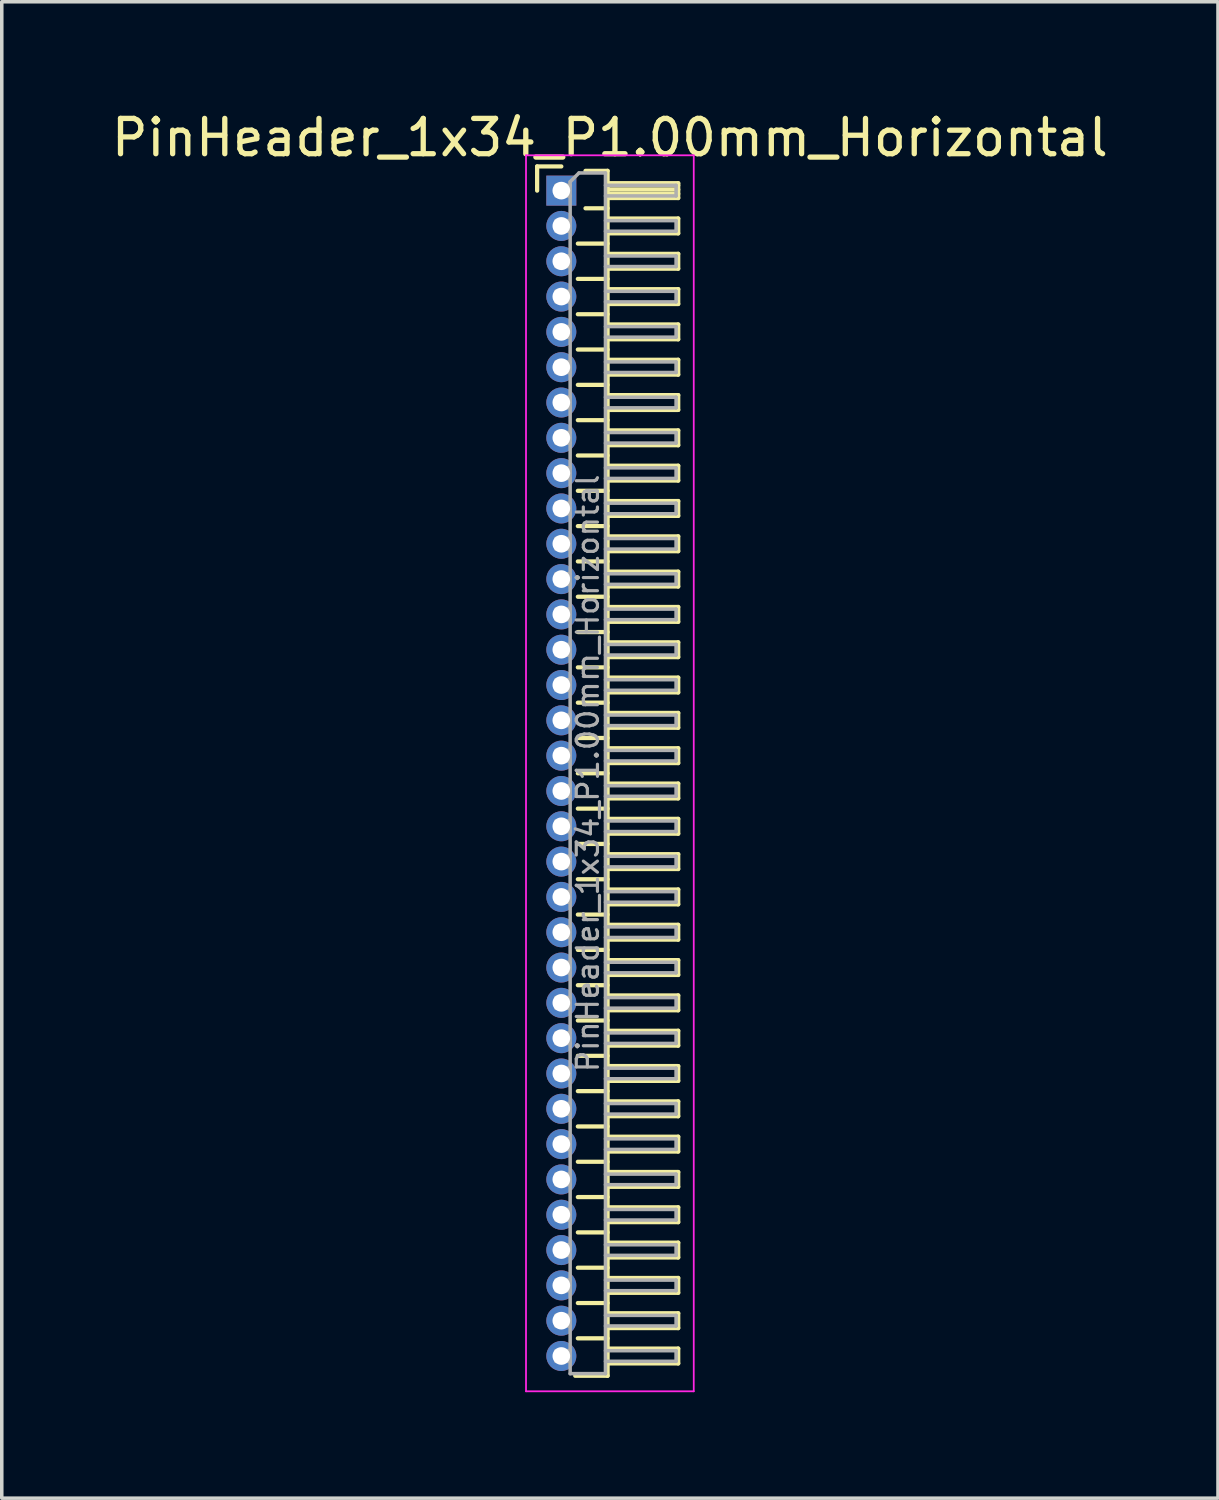
<source format=kicad_pcb>
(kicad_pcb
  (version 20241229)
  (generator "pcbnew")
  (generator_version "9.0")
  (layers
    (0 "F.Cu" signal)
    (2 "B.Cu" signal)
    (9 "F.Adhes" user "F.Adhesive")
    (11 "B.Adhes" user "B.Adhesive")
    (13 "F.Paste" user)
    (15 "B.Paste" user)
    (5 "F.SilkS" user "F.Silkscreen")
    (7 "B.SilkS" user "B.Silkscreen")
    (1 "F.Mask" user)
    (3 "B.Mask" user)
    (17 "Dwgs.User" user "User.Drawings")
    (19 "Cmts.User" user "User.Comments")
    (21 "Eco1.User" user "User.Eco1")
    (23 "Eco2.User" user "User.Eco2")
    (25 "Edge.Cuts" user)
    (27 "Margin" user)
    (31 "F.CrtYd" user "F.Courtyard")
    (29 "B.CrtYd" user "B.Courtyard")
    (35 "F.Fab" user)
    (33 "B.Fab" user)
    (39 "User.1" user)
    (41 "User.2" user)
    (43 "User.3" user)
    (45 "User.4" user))
  (footprint "PinHeader_1x34_P1.00mm_Horizontal"
    (layer "F.Cu")
    (at 12.845 2.348)
    (property "Reference" "PinHeader_1x34_P1.00mm_Horizontal" (at 1.375 -1.5 0) (layer "F.SilkS") (effects (font (size 1 1) (thickness 0.15))))
    (attr through_hole)
    (fp_line (start -0.685 -0.685) (end 0 -0.685) (stroke (width 0.12) (type solid)) (layer "F.SilkS"))
    (fp_line (start -0.685 0) (end -0.685 -0.685) (stroke (width 0.12) (type solid)) (layer "F.SilkS"))
    (fp_line (start 0.468 1.5) (end 1.31 1.5) (stroke (width 0.12) (type solid)) (layer "F.SilkS"))
    (fp_line (start 0.468 2.5) (end 1.31 2.5) (stroke (width 0.12) (type solid)) (layer "F.SilkS"))
    (fp_line (start 0.468 3.5) (end 1.31 3.5) (stroke (width 0.12) (type solid)) (layer "F.SilkS"))
    (fp_line (start 0.468 4.5) (end 1.31 4.5) (stroke (width 0.12) (type solid)) (layer "F.SilkS"))
    (fp_line (start 0.468 5.5) (end 1.31 5.5) (stroke (width 0.12) (type solid)) (layer "F.SilkS"))
    (fp_line (start 0.468 6.5) (end 1.31 6.5) (stroke (width 0.12) (type solid)) (layer "F.SilkS"))
    (fp_line (start 0.468 7.5) (end 1.31 7.5) (stroke (width 0.12) (type solid)) (layer "F.SilkS"))
    (fp_line (start 0.468 8.5) (end 1.31 8.5) (stroke (width 0.12) (type solid)) (layer "F.SilkS"))
    (fp_line (start 0.468 9.5) (end 1.31 9.5) (stroke (width 0.12) (type solid)) (layer "F.SilkS"))
    (fp_line (start 0.468 10.5) (end 1.31 10.5) (stroke (width 0.12) (type solid)) (layer "F.SilkS"))
    (fp_line (start 0.468 11.5) (end 1.31 11.5) (stroke (width 0.12) (type solid)) (layer "F.SilkS"))
    (fp_line (start 0.468 12.5) (end 1.31 12.5) (stroke (width 0.12) (type solid)) (layer "F.SilkS"))
    (fp_line (start 0.468 13.5) (end 1.31 13.5) (stroke (width 0.12) (type solid)) (layer "F.SilkS"))
    (fp_line (start 0.468 14.5) (end 1.31 14.5) (stroke (width 0.12) (type solid)) (layer "F.SilkS"))
    (fp_line (start 0.468 15.5) (end 1.31 15.5) (stroke (width 0.12) (type solid)) (layer "F.SilkS"))
    (fp_line (start 0.468 16.5) (end 1.31 16.5) (stroke (width 0.12) (type solid)) (layer "F.SilkS"))
    (fp_line (start 0.468 17.5) (end 1.31 17.5) (stroke (width 0.12) (type solid)) (layer "F.SilkS"))
    (fp_line (start 0.468 18.5) (end 1.31 18.5) (stroke (width 0.12) (type solid)) (layer "F.SilkS"))
    (fp_line (start 0.468 19.5) (end 1.31 19.5) (stroke (width 0.12) (type solid)) (layer "F.SilkS"))
    (fp_line (start 0.468 20.5) (end 1.31 20.5) (stroke (width 0.12) (type solid)) (layer "F.SilkS"))
    (fp_line (start 0.468 21.5) (end 1.31 21.5) (stroke (width 0.12) (type solid)) (layer "F.SilkS"))
    (fp_line (start 0.468 22.5) (end 1.31 22.5) (stroke (width 0.12) (type solid)) (layer "F.SilkS"))
    (fp_line (start 0.468 23.5) (end 1.31 23.5) (stroke (width 0.12) (type solid)) (layer "F.SilkS"))
    (fp_line (start 0.468 24.5) (end 1.31 24.5) (stroke (width 0.12) (type solid)) (layer "F.SilkS"))
    (fp_line (start 0.468 25.5) (end 1.31 25.5) (stroke (width 0.12) (type solid)) (layer "F.SilkS"))
    (fp_line (start 0.468 26.5) (end 1.31 26.5) (stroke (width 0.12) (type solid)) (layer "F.SilkS"))
    (fp_line (start 0.468 27.5) (end 1.31 27.5) (stroke (width 0.12) (type solid)) (layer "F.SilkS"))
    (fp_line (start 0.468 28.5) (end 1.31 28.5) (stroke (width 0.12) (type solid)) (layer "F.SilkS"))
    (fp_line (start 0.468 29.5) (end 1.31 29.5) (stroke (width 0.12) (type solid)) (layer "F.SilkS"))
    (fp_line (start 0.468 30.5) (end 1.31 30.5) (stroke (width 0.12) (type solid)) (layer "F.SilkS"))
    (fp_line (start 0.468 31.5) (end 1.31 31.5) (stroke (width 0.12) (type solid)) (layer "F.SilkS"))
    (fp_line (start 0.468 32.5) (end 1.31 32.5) (stroke (width 0.12) (type solid)) (layer "F.SilkS"))
    (fp_line (start 0.685 -0.56) (end 1.31 -0.56) (stroke (width 0.12) (type solid)) (layer "F.SilkS"))
    (fp_line (start 0.685 0.5) (end 1.31 0.5) (stroke (width 0.12) (type solid)) (layer "F.SilkS"))
    (fp_line (start 1.31 -0.56) (end 1.31 33.56) (stroke (width 0.12) (type solid)) (layer "F.SilkS"))
    (fp_line (start 1.31 -0.21) (end 3.31 -0.21) (stroke (width 0.12) (type solid)) (layer "F.SilkS"))
    (fp_line (start 1.31 -0.15) (end 3.31 -0.15) (stroke (width 0.12) (type solid)) (layer "F.SilkS"))
    (fp_line (start 1.31 -0.03) (end 3.31 -0.03) (stroke (width 0.12) (type solid)) (layer "F.SilkS"))
    (fp_line (start 1.31 0.09) (end 3.31 0.09) (stroke (width 0.12) (type solid)) (layer "F.SilkS"))
    (fp_line (start 1.31 0.79) (end 3.31 0.79) (stroke (width 0.12) (type solid)) (layer "F.SilkS"))
    (fp_line (start 1.31 1.79) (end 3.31 1.79) (stroke (width 0.12) (type solid)) (layer "F.SilkS"))
    (fp_line (start 1.31 2.79) (end 3.31 2.79) (stroke (width 0.12) (type solid)) (layer "F.SilkS"))
    (fp_line (start 1.31 3.79) (end 3.31 3.79) (stroke (width 0.12) (type solid)) (layer "F.SilkS"))
    (fp_line (start 1.31 4.79) (end 3.31 4.79) (stroke (width 0.12) (type solid)) (layer "F.SilkS"))
    (fp_line (start 1.31 5.79) (end 3.31 5.79) (stroke (width 0.12) (type solid)) (layer "F.SilkS"))
    (fp_line (start 1.31 6.79) (end 3.31 6.79) (stroke (width 0.12) (type solid)) (layer "F.SilkS"))
    (fp_line (start 1.31 7.79) (end 3.31 7.79) (stroke (width 0.12) (type solid)) (layer "F.SilkS"))
    (fp_line (start 1.31 8.79) (end 3.31 8.79) (stroke (width 0.12) (type solid)) (layer "F.SilkS"))
    (fp_line (start 1.31 9.79) (end 3.31 9.79) (stroke (width 0.12) (type solid)) (layer "F.SilkS"))
    (fp_line (start 1.31 10.79) (end 3.31 10.79) (stroke (width 0.12) (type solid)) (layer "F.SilkS"))
    (fp_line (start 1.31 11.79) (end 3.31 11.79) (stroke (width 0.12) (type solid)) (layer "F.SilkS"))
    (fp_line (start 1.31 12.79) (end 3.31 12.79) (stroke (width 0.12) (type solid)) (layer "F.SilkS"))
    (fp_line (start 1.31 13.79) (end 3.31 13.79) (stroke (width 0.12) (type solid)) (layer "F.SilkS"))
    (fp_line (start 1.31 14.79) (end 3.31 14.79) (stroke (width 0.12) (type solid)) (layer "F.SilkS"))
    (fp_line (start 1.31 15.79) (end 3.31 15.79) (stroke (width 0.12) (type solid)) (layer "F.SilkS"))
    (fp_line (start 1.31 16.79) (end 3.31 16.79) (stroke (width 0.12) (type solid)) (layer "F.SilkS"))
    (fp_line (start 1.31 17.79) (end 3.31 17.79) (stroke (width 0.12) (type solid)) (layer "F.SilkS"))
    (fp_line (start 1.31 18.79) (end 3.31 18.79) (stroke (width 0.12) (type solid)) (layer "F.SilkS"))
    (fp_line (start 1.31 19.79) (end 3.31 19.79) (stroke (width 0.12) (type solid)) (layer "F.SilkS"))
    (fp_line (start 1.31 20.79) (end 3.31 20.79) (stroke (width 0.12) (type solid)) (layer "F.SilkS"))
    (fp_line (start 1.31 21.79) (end 3.31 21.79) (stroke (width 0.12) (type solid)) (layer "F.SilkS"))
    (fp_line (start 1.31 22.79) (end 3.31 22.79) (stroke (width 0.12) (type solid)) (layer "F.SilkS"))
    (fp_line (start 1.31 23.79) (end 3.31 23.79) (stroke (width 0.12) (type solid)) (layer "F.SilkS"))
    (fp_line (start 1.31 24.79) (end 3.31 24.79) (stroke (width 0.12) (type solid)) (layer "F.SilkS"))
    (fp_line (start 1.31 25.79) (end 3.31 25.79) (stroke (width 0.12) (type solid)) (layer "F.SilkS"))
    (fp_line (start 1.31 26.79) (end 3.31 26.79) (stroke (width 0.12) (type solid)) (layer "F.SilkS"))
    (fp_line (start 1.31 27.79) (end 3.31 27.79) (stroke (width 0.12) (type solid)) (layer "F.SilkS"))
    (fp_line (start 1.31 28.79) (end 3.31 28.79) (stroke (width 0.12) (type solid)) (layer "F.SilkS"))
    (fp_line (start 1.31 29.79) (end 3.31 29.79) (stroke (width 0.12) (type solid)) (layer "F.SilkS"))
    (fp_line (start 1.31 30.79) (end 3.31 30.79) (stroke (width 0.12) (type solid)) (layer "F.SilkS"))
    (fp_line (start 1.31 31.79) (end 3.31 31.79) (stroke (width 0.12) (type solid)) (layer "F.SilkS"))
    (fp_line (start 1.31 32.79) (end 3.31 32.79) (stroke (width 0.12) (type solid)) (layer "F.SilkS"))
    (fp_line (start 1.31 33.56) (end 0.394 33.56) (stroke (width 0.12) (type solid)) (layer "F.SilkS"))
    (fp_line (start 3.31 -0.21) (end 3.31 0.21) (stroke (width 0.12) (type solid)) (layer "F.SilkS"))
    (fp_line (start 3.31 0.21) (end 1.31 0.21) (stroke (width 0.12) (type solid)) (layer "F.SilkS"))
    (fp_line (start 3.31 0.79) (end 3.31 1.21) (stroke (width 0.12) (type solid)) (layer "F.SilkS"))
    (fp_line (start 3.31 1.21) (end 1.31 1.21) (stroke (width 0.12) (type solid)) (layer "F.SilkS"))
    (fp_line (start 3.31 1.79) (end 3.31 2.21) (stroke (width 0.12) (type solid)) (layer "F.SilkS"))
    (fp_line (start 3.31 2.21) (end 1.31 2.21) (stroke (width 0.12) (type solid)) (layer "F.SilkS"))
    (fp_line (start 3.31 2.79) (end 3.31 3.21) (stroke (width 0.12) (type solid)) (layer "F.SilkS"))
    (fp_line (start 3.31 3.21) (end 1.31 3.21) (stroke (width 0.12) (type solid)) (layer "F.SilkS"))
    (fp_line (start 3.31 3.79) (end 3.31 4.21) (stroke (width 0.12) (type solid)) (layer "F.SilkS"))
    (fp_line (start 3.31 4.21) (end 1.31 4.21) (stroke (width 0.12) (type solid)) (layer "F.SilkS"))
    (fp_line (start 3.31 4.79) (end 3.31 5.21) (stroke (width 0.12) (type solid)) (layer "F.SilkS"))
    (fp_line (start 3.31 5.21) (end 1.31 5.21) (stroke (width 0.12) (type solid)) (layer "F.SilkS"))
    (fp_line (start 3.31 5.79) (end 3.31 6.21) (stroke (width 0.12) (type solid)) (layer "F.SilkS"))
    (fp_line (start 3.31 6.21) (end 1.31 6.21) (stroke (width 0.12) (type solid)) (layer "F.SilkS"))
    (fp_line (start 3.31 6.79) (end 3.31 7.21) (stroke (width 0.12) (type solid)) (layer "F.SilkS"))
    (fp_line (start 3.31 7.21) (end 1.31 7.21) (stroke (width 0.12) (type solid)) (layer "F.SilkS"))
    (fp_line (start 3.31 7.79) (end 3.31 8.21) (stroke (width 0.12) (type solid)) (layer "F.SilkS"))
    (fp_line (start 3.31 8.21) (end 1.31 8.21) (stroke (width 0.12) (type solid)) (layer "F.SilkS"))
    (fp_line (start 3.31 8.79) (end 3.31 9.21) (stroke (width 0.12) (type solid)) (layer "F.SilkS"))
    (fp_line (start 3.31 9.21) (end 1.31 9.21) (stroke (width 0.12) (type solid)) (layer "F.SilkS"))
    (fp_line (start 3.31 9.79) (end 3.31 10.21) (stroke (width 0.12) (type solid)) (layer "F.SilkS"))
    (fp_line (start 3.31 10.21) (end 1.31 10.21) (stroke (width 0.12) (type solid)) (layer "F.SilkS"))
    (fp_line (start 3.31 10.79) (end 3.31 11.21) (stroke (width 0.12) (type solid)) (layer "F.SilkS"))
    (fp_line (start 3.31 11.21) (end 1.31 11.21) (stroke (width 0.12) (type solid)) (layer "F.SilkS"))
    (fp_line (start 3.31 11.79) (end 3.31 12.21) (stroke (width 0.12) (type solid)) (layer "F.SilkS"))
    (fp_line (start 3.31 12.21) (end 1.31 12.21) (stroke (width 0.12) (type solid)) (layer "F.SilkS"))
    (fp_line (start 3.31 12.79) (end 3.31 13.21) (stroke (width 0.12) (type solid)) (layer "F.SilkS"))
    (fp_line (start 3.31 13.21) (end 1.31 13.21) (stroke (width 0.12) (type solid)) (layer "F.SilkS"))
    (fp_line (start 3.31 13.79) (end 3.31 14.21) (stroke (width 0.12) (type solid)) (layer "F.SilkS"))
    (fp_line (start 3.31 14.21) (end 1.31 14.21) (stroke (width 0.12) (type solid)) (layer "F.SilkS"))
    (fp_line (start 3.31 14.79) (end 3.31 15.21) (stroke (width 0.12) (type solid)) (layer "F.SilkS"))
    (fp_line (start 3.31 15.21) (end 1.31 15.21) (stroke (width 0.12) (type solid)) (layer "F.SilkS"))
    (fp_line (start 3.31 15.79) (end 3.31 16.21) (stroke (width 0.12) (type solid)) (layer "F.SilkS"))
    (fp_line (start 3.31 16.21) (end 1.31 16.21) (stroke (width 0.12) (type solid)) (layer "F.SilkS"))
    (fp_line (start 3.31 16.79) (end 3.31 17.21) (stroke (width 0.12) (type solid)) (layer "F.SilkS"))
    (fp_line (start 3.31 17.21) (end 1.31 17.21) (stroke (width 0.12) (type solid)) (layer "F.SilkS"))
    (fp_line (start 3.31 17.79) (end 3.31 18.21) (stroke (width 0.12) (type solid)) (layer "F.SilkS"))
    (fp_line (start 3.31 18.21) (end 1.31 18.21) (stroke (width 0.12) (type solid)) (layer "F.SilkS"))
    (fp_line (start 3.31 18.79) (end 3.31 19.21) (stroke (width 0.12) (type solid)) (layer "F.SilkS"))
    (fp_line (start 3.31 19.21) (end 1.31 19.21) (stroke (width 0.12) (type solid)) (layer "F.SilkS"))
    (fp_line (start 3.31 19.79) (end 3.31 20.21) (stroke (width 0.12) (type solid)) (layer "F.SilkS"))
    (fp_line (start 3.31 20.21) (end 1.31 20.21) (stroke (width 0.12) (type solid)) (layer "F.SilkS"))
    (fp_line (start 3.31 20.79) (end 3.31 21.21) (stroke (width 0.12) (type solid)) (layer "F.SilkS"))
    (fp_line (start 3.31 21.21) (end 1.31 21.21) (stroke (width 0.12) (type solid)) (layer "F.SilkS"))
    (fp_line (start 3.31 21.79) (end 3.31 22.21) (stroke (width 0.12) (type solid)) (layer "F.SilkS"))
    (fp_line (start 3.31 22.21) (end 1.31 22.21) (stroke (width 0.12) (type solid)) (layer "F.SilkS"))
    (fp_line (start 3.31 22.79) (end 3.31 23.21) (stroke (width 0.12) (type solid)) (layer "F.SilkS"))
    (fp_line (start 3.31 23.21) (end 1.31 23.21) (stroke (width 0.12) (type solid)) (layer "F.SilkS"))
    (fp_line (start 3.31 23.79) (end 3.31 24.21) (stroke (width 0.12) (type solid)) (layer "F.SilkS"))
    (fp_line (start 3.31 24.21) (end 1.31 24.21) (stroke (width 0.12) (type solid)) (layer "F.SilkS"))
    (fp_line (start 3.31 24.79) (end 3.31 25.21) (stroke (width 0.12) (type solid)) (layer "F.SilkS"))
    (fp_line (start 3.31 25.21) (end 1.31 25.21) (stroke (width 0.12) (type solid)) (layer "F.SilkS"))
    (fp_line (start 3.31 25.79) (end 3.31 26.21) (stroke (width 0.12) (type solid)) (layer "F.SilkS"))
    (fp_line (start 3.31 26.21) (end 1.31 26.21) (stroke (width 0.12) (type solid)) (layer "F.SilkS"))
    (fp_line (start 3.31 26.79) (end 3.31 27.21) (stroke (width 0.12) (type solid)) (layer "F.SilkS"))
    (fp_line (start 3.31 27.21) (end 1.31 27.21) (stroke (width 0.12) (type solid)) (layer "F.SilkS"))
    (fp_line (start 3.31 27.79) (end 3.31 28.21) (stroke (width 0.12) (type solid)) (layer "F.SilkS"))
    (fp_line (start 3.31 28.21) (end 1.31 28.21) (stroke (width 0.12) (type solid)) (layer "F.SilkS"))
    (fp_line (start 3.31 28.79) (end 3.31 29.21) (stroke (width 0.12) (type solid)) (layer "F.SilkS"))
    (fp_line (start 3.31 29.21) (end 1.31 29.21) (stroke (width 0.12) (type solid)) (layer "F.SilkS"))
    (fp_line (start 3.31 29.79) (end 3.31 30.21) (stroke (width 0.12) (type solid)) (layer "F.SilkS"))
    (fp_line (start 3.31 30.21) (end 1.31 30.21) (stroke (width 0.12) (type solid)) (layer "F.SilkS"))
    (fp_line (start 3.31 30.79) (end 3.31 31.21) (stroke (width 0.12) (type solid)) (layer "F.SilkS"))
    (fp_line (start 3.31 31.21) (end 1.31 31.21) (stroke (width 0.12) (type solid)) (layer "F.SilkS"))
    (fp_line (start 3.31 31.79) (end 3.31 32.21) (stroke (width 0.12) (type solid)) (layer "F.SilkS"))
    (fp_line (start 3.31 32.21) (end 1.31 32.21) (stroke (width 0.12) (type solid)) (layer "F.SilkS"))
    (fp_line (start 3.31 32.79) (end 3.31 33.21) (stroke (width 0.12) (type solid)) (layer "F.SilkS"))
    (fp_line (start 3.31 33.21) (end 1.31 33.21) (stroke (width 0.12) (type solid)) (layer "F.SilkS"))
    (fp_line (start -1 -1) (end -1 34) (stroke (width 0.05) (type solid)) (layer "F.CrtYd"))
    (fp_line (start -1 34) (end 3.75 34) (stroke (width 0.05) (type solid)) (layer "F.CrtYd"))
    (fp_line (start 3.75 -1) (end -1 -1) (stroke (width 0.05) (type solid)) (layer "F.CrtYd"))
    (fp_line (start 3.75 34) (end 3.75 -1) (stroke (width 0.05) (type solid)) (layer "F.CrtYd"))
    (fp_line (start -0.15 -0.15) (end -0.15 0.15) (stroke (width 0.1) (type solid)) (layer "F.Fab"))
    (fp_line (start -0.15 -0.15) (end 0.25 -0.15) (stroke (width 0.1) (type solid)) (layer "F.Fab"))
    (fp_line (start -0.15 0.15) (end 0.25 0.15) (stroke (width 0.1) (type solid)) (layer "F.Fab"))
    (fp_line (start -0.15 0.85) (end -0.15 1.15) (stroke (width 0.1) (type solid)) (layer "F.Fab"))
    (fp_line (start -0.15 0.85) (end 0.25 0.85) (stroke (width 0.1) (type solid)) (layer "F.Fab"))
    (fp_line (start -0.15 1.15) (end 0.25 1.15) (stroke (width 0.1) (type solid)) (layer "F.Fab"))
    (fp_line (start -0.15 1.85) (end -0.15 2.15) (stroke (width 0.1) (type solid)) (layer "F.Fab"))
    (fp_line (start -0.15 1.85) (end 0.25 1.85) (stroke (width 0.1) (type solid)) (layer "F.Fab"))
    (fp_line (start -0.15 2.15) (end 0.25 2.15) (stroke (width 0.1) (type solid)) (layer "F.Fab"))
    (fp_line (start -0.15 2.85) (end -0.15 3.15) (stroke (width 0.1) (type solid)) (layer "F.Fab"))
    (fp_line (start -0.15 2.85) (end 0.25 2.85) (stroke (width 0.1) (type solid)) (layer "F.Fab"))
    (fp_line (start -0.15 3.15) (end 0.25 3.15) (stroke (width 0.1) (type solid)) (layer "F.Fab"))
    (fp_line (start -0.15 3.85) (end -0.15 4.15) (stroke (width 0.1) (type solid)) (layer "F.Fab"))
    (fp_line (start -0.15 3.85) (end 0.25 3.85) (stroke (width 0.1) (type solid)) (layer "F.Fab"))
    (fp_line (start -0.15 4.15) (end 0.25 4.15) (stroke (width 0.1) (type solid)) (layer "F.Fab"))
    (fp_line (start -0.15 4.85) (end -0.15 5.15) (stroke (width 0.1) (type solid)) (layer "F.Fab"))
    (fp_line (start -0.15 4.85) (end 0.25 4.85) (stroke (width 0.1) (type solid)) (layer "F.Fab"))
    (fp_line (start -0.15 5.15) (end 0.25 5.15) (stroke (width 0.1) (type solid)) (layer "F.Fab"))
    (fp_line (start -0.15 5.85) (end -0.15 6.15) (stroke (width 0.1) (type solid)) (layer "F.Fab"))
    (fp_line (start -0.15 5.85) (end 0.25 5.85) (stroke (width 0.1) (type solid)) (layer "F.Fab"))
    (fp_line (start -0.15 6.15) (end 0.25 6.15) (stroke (width 0.1) (type solid)) (layer "F.Fab"))
    (fp_line (start -0.15 6.85) (end -0.15 7.15) (stroke (width 0.1) (type solid)) (layer "F.Fab"))
    (fp_line (start -0.15 6.85) (end 0.25 6.85) (stroke (width 0.1) (type solid)) (layer "F.Fab"))
    (fp_line (start -0.15 7.15) (end 0.25 7.15) (stroke (width 0.1) (type solid)) (layer "F.Fab"))
    (fp_line (start -0.15 7.85) (end -0.15 8.15) (stroke (width 0.1) (type solid)) (layer "F.Fab"))
    (fp_line (start -0.15 7.85) (end 0.25 7.85) (stroke (width 0.1) (type solid)) (layer "F.Fab"))
    (fp_line (start -0.15 8.15) (end 0.25 8.15) (stroke (width 0.1) (type solid)) (layer "F.Fab"))
    (fp_line (start -0.15 8.85) (end -0.15 9.15) (stroke (width 0.1) (type solid)) (layer "F.Fab"))
    (fp_line (start -0.15 8.85) (end 0.25 8.85) (stroke (width 0.1) (type solid)) (layer "F.Fab"))
    (fp_line (start -0.15 9.15) (end 0.25 9.15) (stroke (width 0.1) (type solid)) (layer "F.Fab"))
    (fp_line (start -0.15 9.85) (end -0.15 10.15) (stroke (width 0.1) (type solid)) (layer "F.Fab"))
    (fp_line (start -0.15 9.85) (end 0.25 9.85) (stroke (width 0.1) (type solid)) (layer "F.Fab"))
    (fp_line (start -0.15 10.15) (end 0.25 10.15) (stroke (width 0.1) (type solid)) (layer "F.Fab"))
    (fp_line (start -0.15 10.85) (end -0.15 11.15) (stroke (width 0.1) (type solid)) (layer "F.Fab"))
    (fp_line (start -0.15 10.85) (end 0.25 10.85) (stroke (width 0.1) (type solid)) (layer "F.Fab"))
    (fp_line (start -0.15 11.15) (end 0.25 11.15) (stroke (width 0.1) (type solid)) (layer "F.Fab"))
    (fp_line (start -0.15 11.85) (end -0.15 12.15) (stroke (width 0.1) (type solid)) (layer "F.Fab"))
    (fp_line (start -0.15 11.85) (end 0.25 11.85) (stroke (width 0.1) (type solid)) (layer "F.Fab"))
    (fp_line (start -0.15 12.15) (end 0.25 12.15) (stroke (width 0.1) (type solid)) (layer "F.Fab"))
    (fp_line (start -0.15 12.85) (end -0.15 13.15) (stroke (width 0.1) (type solid)) (layer "F.Fab"))
    (fp_line (start -0.15 12.85) (end 0.25 12.85) (stroke (width 0.1) (type solid)) (layer "F.Fab"))
    (fp_line (start -0.15 13.15) (end 0.25 13.15) (stroke (width 0.1) (type solid)) (layer "F.Fab"))
    (fp_line (start -0.15 13.85) (end -0.15 14.15) (stroke (width 0.1) (type solid)) (layer "F.Fab"))
    (fp_line (start -0.15 13.85) (end 0.25 13.85) (stroke (width 0.1) (type solid)) (layer "F.Fab"))
    (fp_line (start -0.15 14.15) (end 0.25 14.15) (stroke (width 0.1) (type solid)) (layer "F.Fab"))
    (fp_line (start -0.15 14.85) (end -0.15 15.15) (stroke (width 0.1) (type solid)) (layer "F.Fab"))
    (fp_line (start -0.15 14.85) (end 0.25 14.85) (stroke (width 0.1) (type solid)) (layer "F.Fab"))
    (fp_line (start -0.15 15.15) (end 0.25 15.15) (stroke (width 0.1) (type solid)) (layer "F.Fab"))
    (fp_line (start -0.15 15.85) (end -0.15 16.15) (stroke (width 0.1) (type solid)) (layer "F.Fab"))
    (fp_line (start -0.15 15.85) (end 0.25 15.85) (stroke (width 0.1) (type solid)) (layer "F.Fab"))
    (fp_line (start -0.15 16.15) (end 0.25 16.15) (stroke (width 0.1) (type solid)) (layer "F.Fab"))
    (fp_line (start -0.15 16.85) (end -0.15 17.15) (stroke (width 0.1) (type solid)) (layer "F.Fab"))
    (fp_line (start -0.15 16.85) (end 0.25 16.85) (stroke (width 0.1) (type solid)) (layer "F.Fab"))
    (fp_line (start -0.15 17.15) (end 0.25 17.15) (stroke (width 0.1) (type solid)) (layer "F.Fab"))
    (fp_line (start -0.15 17.85) (end -0.15 18.15) (stroke (width 0.1) (type solid)) (layer "F.Fab"))
    (fp_line (start -0.15 17.85) (end 0.25 17.85) (stroke (width 0.1) (type solid)) (layer "F.Fab"))
    (fp_line (start -0.15 18.15) (end 0.25 18.15) (stroke (width 0.1) (type solid)) (layer "F.Fab"))
    (fp_line (start -0.15 18.85) (end -0.15 19.15) (stroke (width 0.1) (type solid)) (layer "F.Fab"))
    (fp_line (start -0.15 18.85) (end 0.25 18.85) (stroke (width 0.1) (type solid)) (layer "F.Fab"))
    (fp_line (start -0.15 19.15) (end 0.25 19.15) (stroke (width 0.1) (type solid)) (layer "F.Fab"))
    (fp_line (start -0.15 19.85) (end -0.15 20.15) (stroke (width 0.1) (type solid)) (layer "F.Fab"))
    (fp_line (start -0.15 19.85) (end 0.25 19.85) (stroke (width 0.1) (type solid)) (layer "F.Fab"))
    (fp_line (start -0.15 20.15) (end 0.25 20.15) (stroke (width 0.1) (type solid)) (layer "F.Fab"))
    (fp_line (start -0.15 20.85) (end -0.15 21.15) (stroke (width 0.1) (type solid)) (layer "F.Fab"))
    (fp_line (start -0.15 20.85) (end 0.25 20.85) (stroke (width 0.1) (type solid)) (layer "F.Fab"))
    (fp_line (start -0.15 21.15) (end 0.25 21.15) (stroke (width 0.1) (type solid)) (layer "F.Fab"))
    (fp_line (start -0.15 21.85) (end -0.15 22.15) (stroke (width 0.1) (type solid)) (layer "F.Fab"))
    (fp_line (start -0.15 21.85) (end 0.25 21.85) (stroke (width 0.1) (type solid)) (layer "F.Fab"))
    (fp_line (start -0.15 22.15) (end 0.25 22.15) (stroke (width 0.1) (type solid)) (layer "F.Fab"))
    (fp_line (start -0.15 22.85) (end -0.15 23.15) (stroke (width 0.1) (type solid)) (layer "F.Fab"))
    (fp_line (start -0.15 22.85) (end 0.25 22.85) (stroke (width 0.1) (type solid)) (layer "F.Fab"))
    (fp_line (start -0.15 23.15) (end 0.25 23.15) (stroke (width 0.1) (type solid)) (layer "F.Fab"))
    (fp_line (start -0.15 23.85) (end -0.15 24.15) (stroke (width 0.1) (type solid)) (layer "F.Fab"))
    (fp_line (start -0.15 23.85) (end 0.25 23.85) (stroke (width 0.1) (type solid)) (layer "F.Fab"))
    (fp_line (start -0.15 24.15) (end 0.25 24.15) (stroke (width 0.1) (type solid)) (layer "F.Fab"))
    (fp_line (start -0.15 24.85) (end -0.15 25.15) (stroke (width 0.1) (type solid)) (layer "F.Fab"))
    (fp_line (start -0.15 24.85) (end 0.25 24.85) (stroke (width 0.1) (type solid)) (layer "F.Fab"))
    (fp_line (start -0.15 25.15) (end 0.25 25.15) (stroke (width 0.1) (type solid)) (layer "F.Fab"))
    (fp_line (start -0.15 25.85) (end -0.15 26.15) (stroke (width 0.1) (type solid)) (layer "F.Fab"))
    (fp_line (start -0.15 25.85) (end 0.25 25.85) (stroke (width 0.1) (type solid)) (layer "F.Fab"))
    (fp_line (start -0.15 26.15) (end 0.25 26.15) (stroke (width 0.1) (type solid)) (layer "F.Fab"))
    (fp_line (start -0.15 26.85) (end -0.15 27.15) (stroke (width 0.1) (type solid)) (layer "F.Fab"))
    (fp_line (start -0.15 26.85) (end 0.25 26.85) (stroke (width 0.1) (type solid)) (layer "F.Fab"))
    (fp_line (start -0.15 27.15) (end 0.25 27.15) (stroke (width 0.1) (type solid)) (layer "F.Fab"))
    (fp_line (start -0.15 27.85) (end -0.15 28.15) (stroke (width 0.1) (type solid)) (layer "F.Fab"))
    (fp_line (start -0.15 27.85) (end 0.25 27.85) (stroke (width 0.1) (type solid)) (layer "F.Fab"))
    (fp_line (start -0.15 28.15) (end 0.25 28.15) (stroke (width 0.1) (type solid)) (layer "F.Fab"))
    (fp_line (start -0.15 28.85) (end -0.15 29.15) (stroke (width 0.1) (type solid)) (layer "F.Fab"))
    (fp_line (start -0.15 28.85) (end 0.25 28.85) (stroke (width 0.1) (type solid)) (layer "F.Fab"))
    (fp_line (start -0.15 29.15) (end 0.25 29.15) (stroke (width 0.1) (type solid)) (layer "F.Fab"))
    (fp_line (start -0.15 29.85) (end -0.15 30.15) (stroke (width 0.1) (type solid)) (layer "F.Fab"))
    (fp_line (start -0.15 29.85) (end 0.25 29.85) (stroke (width 0.1) (type solid)) (layer "F.Fab"))
    (fp_line (start -0.15 30.15) (end 0.25 30.15) (stroke (width 0.1) (type solid)) (layer "F.Fab"))
    (fp_line (start -0.15 30.85) (end -0.15 31.15) (stroke (width 0.1) (type solid)) (layer "F.Fab"))
    (fp_line (start -0.15 30.85) (end 0.25 30.85) (stroke (width 0.1) (type solid)) (layer "F.Fab"))
    (fp_line (start -0.15 31.15) (end 0.25 31.15) (stroke (width 0.1) (type solid)) (layer "F.Fab"))
    (fp_line (start -0.15 31.85) (end -0.15 32.15) (stroke (width 0.1) (type solid)) (layer "F.Fab"))
    (fp_line (start -0.15 31.85) (end 0.25 31.85) (stroke (width 0.1) (type solid)) (layer "F.Fab"))
    (fp_line (start -0.15 32.15) (end 0.25 32.15) (stroke (width 0.1) (type solid)) (layer "F.Fab"))
    (fp_line (start -0.15 32.85) (end -0.15 33.15) (stroke (width 0.1) (type solid)) (layer "F.Fab"))
    (fp_line (start -0.15 32.85) (end 0.25 32.85) (stroke (width 0.1) (type solid)) (layer "F.Fab"))
    (fp_line (start -0.15 33.15) (end 0.25 33.15) (stroke (width 0.1) (type solid)) (layer "F.Fab"))
    (fp_line (start 0.25 -0.25) (end 0.5 -0.5) (stroke (width 0.1) (type solid)) (layer "F.Fab"))
    (fp_line (start 0.25 33.5) (end 0.25 -0.25) (stroke (width 0.1) (type solid)) (layer "F.Fab"))
    (fp_line (start 0.5 -0.5) (end 1.25 -0.5) (stroke (width 0.1) (type solid)) (layer "F.Fab"))
    (fp_line (start 1.25 -0.5) (end 1.25 33.5) (stroke (width 0.1) (type solid)) (layer "F.Fab"))
    (fp_line (start 1.25 -0.15) (end 3.25 -0.15) (stroke (width 0.1) (type solid)) (layer "F.Fab"))
    (fp_line (start 1.25 0.15) (end 3.25 0.15) (stroke (width 0.1) (type solid)) (layer "F.Fab"))
    (fp_line (start 1.25 0.85) (end 3.25 0.85) (stroke (width 0.1) (type solid)) (layer "F.Fab"))
    (fp_line (start 1.25 1.15) (end 3.25 1.15) (stroke (width 0.1) (type solid)) (layer "F.Fab"))
    (fp_line (start 1.25 1.85) (end 3.25 1.85) (stroke (width 0.1) (type solid)) (layer "F.Fab"))
    (fp_line (start 1.25 2.15) (end 3.25 2.15) (stroke (width 0.1) (type solid)) (layer "F.Fab"))
    (fp_line (start 1.25 2.85) (end 3.25 2.85) (stroke (width 0.1) (type solid)) (layer "F.Fab"))
    (fp_line (start 1.25 3.15) (end 3.25 3.15) (stroke (width 0.1) (type solid)) (layer "F.Fab"))
    (fp_line (start 1.25 3.85) (end 3.25 3.85) (stroke (width 0.1) (type solid)) (layer "F.Fab"))
    (fp_line (start 1.25 4.15) (end 3.25 4.15) (stroke (width 0.1) (type solid)) (layer "F.Fab"))
    (fp_line (start 1.25 4.85) (end 3.25 4.85) (stroke (width 0.1) (type solid)) (layer "F.Fab"))
    (fp_line (start 1.25 5.15) (end 3.25 5.15) (stroke (width 0.1) (type solid)) (layer "F.Fab"))
    (fp_line (start 1.25 5.85) (end 3.25 5.85) (stroke (width 0.1) (type solid)) (layer "F.Fab"))
    (fp_line (start 1.25 6.15) (end 3.25 6.15) (stroke (width 0.1) (type solid)) (layer "F.Fab"))
    (fp_line (start 1.25 6.85) (end 3.25 6.85) (stroke (width 0.1) (type solid)) (layer "F.Fab"))
    (fp_line (start 1.25 7.15) (end 3.25 7.15) (stroke (width 0.1) (type solid)) (layer "F.Fab"))
    (fp_line (start 1.25 7.85) (end 3.25 7.85) (stroke (width 0.1) (type solid)) (layer "F.Fab"))
    (fp_line (start 1.25 8.15) (end 3.25 8.15) (stroke (width 0.1) (type solid)) (layer "F.Fab"))
    (fp_line (start 1.25 8.85) (end 3.25 8.85) (stroke (width 0.1) (type solid)) (layer "F.Fab"))
    (fp_line (start 1.25 9.15) (end 3.25 9.15) (stroke (width 0.1) (type solid)) (layer "F.Fab"))
    (fp_line (start 1.25 9.85) (end 3.25 9.85) (stroke (width 0.1) (type solid)) (layer "F.Fab"))
    (fp_line (start 1.25 10.15) (end 3.25 10.15) (stroke (width 0.1) (type solid)) (layer "F.Fab"))
    (fp_line (start 1.25 10.85) (end 3.25 10.85) (stroke (width 0.1) (type solid)) (layer "F.Fab"))
    (fp_line (start 1.25 11.15) (end 3.25 11.15) (stroke (width 0.1) (type solid)) (layer "F.Fab"))
    (fp_line (start 1.25 11.85) (end 3.25 11.85) (stroke (width 0.1) (type solid)) (layer "F.Fab"))
    (fp_line (start 1.25 12.15) (end 3.25 12.15) (stroke (width 0.1) (type solid)) (layer "F.Fab"))
    (fp_line (start 1.25 12.85) (end 3.25 12.85) (stroke (width 0.1) (type solid)) (layer "F.Fab"))
    (fp_line (start 1.25 13.15) (end 3.25 13.15) (stroke (width 0.1) (type solid)) (layer "F.Fab"))
    (fp_line (start 1.25 13.85) (end 3.25 13.85) (stroke (width 0.1) (type solid)) (layer "F.Fab"))
    (fp_line (start 1.25 14.15) (end 3.25 14.15) (stroke (width 0.1) (type solid)) (layer "F.Fab"))
    (fp_line (start 1.25 14.85) (end 3.25 14.85) (stroke (width 0.1) (type solid)) (layer "F.Fab"))
    (fp_line (start 1.25 15.15) (end 3.25 15.15) (stroke (width 0.1) (type solid)) (layer "F.Fab"))
    (fp_line (start 1.25 15.85) (end 3.25 15.85) (stroke (width 0.1) (type solid)) (layer "F.Fab"))
    (fp_line (start 1.25 16.15) (end 3.25 16.15) (stroke (width 0.1) (type solid)) (layer "F.Fab"))
    (fp_line (start 1.25 16.85) (end 3.25 16.85) (stroke (width 0.1) (type solid)) (layer "F.Fab"))
    (fp_line (start 1.25 17.15) (end 3.25 17.15) (stroke (width 0.1) (type solid)) (layer "F.Fab"))
    (fp_line (start 1.25 17.85) (end 3.25 17.85) (stroke (width 0.1) (type solid)) (layer "F.Fab"))
    (fp_line (start 1.25 18.15) (end 3.25 18.15) (stroke (width 0.1) (type solid)) (layer "F.Fab"))
    (fp_line (start 1.25 18.85) (end 3.25 18.85) (stroke (width 0.1) (type solid)) (layer "F.Fab"))
    (fp_line (start 1.25 19.15) (end 3.25 19.15) (stroke (width 0.1) (type solid)) (layer "F.Fab"))
    (fp_line (start 1.25 19.85) (end 3.25 19.85) (stroke (width 0.1) (type solid)) (layer "F.Fab"))
    (fp_line (start 1.25 20.15) (end 3.25 20.15) (stroke (width 0.1) (type solid)) (layer "F.Fab"))
    (fp_line (start 1.25 20.85) (end 3.25 20.85) (stroke (width 0.1) (type solid)) (layer "F.Fab"))
    (fp_line (start 1.25 21.15) (end 3.25 21.15) (stroke (width 0.1) (type solid)) (layer "F.Fab"))
    (fp_line (start 1.25 21.85) (end 3.25 21.85) (stroke (width 0.1) (type solid)) (layer "F.Fab"))
    (fp_line (start 1.25 22.15) (end 3.25 22.15) (stroke (width 0.1) (type solid)) (layer "F.Fab"))
    (fp_line (start 1.25 22.85) (end 3.25 22.85) (stroke (width 0.1) (type solid)) (layer "F.Fab"))
    (fp_line (start 1.25 23.15) (end 3.25 23.15) (stroke (width 0.1) (type solid)) (layer "F.Fab"))
    (fp_line (start 1.25 23.85) (end 3.25 23.85) (stroke (width 0.1) (type solid)) (layer "F.Fab"))
    (fp_line (start 1.25 24.15) (end 3.25 24.15) (stroke (width 0.1) (type solid)) (layer "F.Fab"))
    (fp_line (start 1.25 24.85) (end 3.25 24.85) (stroke (width 0.1) (type solid)) (layer "F.Fab"))
    (fp_line (start 1.25 25.15) (end 3.25 25.15) (stroke (width 0.1) (type solid)) (layer "F.Fab"))
    (fp_line (start 1.25 25.85) (end 3.25 25.85) (stroke (width 0.1) (type solid)) (layer "F.Fab"))
    (fp_line (start 1.25 26.15) (end 3.25 26.15) (stroke (width 0.1) (type solid)) (layer "F.Fab"))
    (fp_line (start 1.25 26.85) (end 3.25 26.85) (stroke (width 0.1) (type solid)) (layer "F.Fab"))
    (fp_line (start 1.25 27.15) (end 3.25 27.15) (stroke (width 0.1) (type solid)) (layer "F.Fab"))
    (fp_line (start 1.25 27.85) (end 3.25 27.85) (stroke (width 0.1) (type solid)) (layer "F.Fab"))
    (fp_line (start 1.25 28.15) (end 3.25 28.15) (stroke (width 0.1) (type solid)) (layer "F.Fab"))
    (fp_line (start 1.25 28.85) (end 3.25 28.85) (stroke (width 0.1) (type solid)) (layer "F.Fab"))
    (fp_line (start 1.25 29.15) (end 3.25 29.15) (stroke (width 0.1) (type solid)) (layer "F.Fab"))
    (fp_line (start 1.25 29.85) (end 3.25 29.85) (stroke (width 0.1) (type solid)) (layer "F.Fab"))
    (fp_line (start 1.25 30.15) (end 3.25 30.15) (stroke (width 0.1) (type solid)) (layer "F.Fab"))
    (fp_line (start 1.25 30.85) (end 3.25 30.85) (stroke (width 0.1) (type solid)) (layer "F.Fab"))
    (fp_line (start 1.25 31.15) (end 3.25 31.15) (stroke (width 0.1) (type solid)) (layer "F.Fab"))
    (fp_line (start 1.25 31.85) (end 3.25 31.85) (stroke (width 0.1) (type solid)) (layer "F.Fab"))
    (fp_line (start 1.25 32.15) (end 3.25 32.15) (stroke (width 0.1) (type solid)) (layer "F.Fab"))
    (fp_line (start 1.25 32.85) (end 3.25 32.85) (stroke (width 0.1) (type solid)) (layer "F.Fab"))
    (fp_line (start 1.25 33.15) (end 3.25 33.15) (stroke (width 0.1) (type solid)) (layer "F.Fab"))
    (fp_line (start 1.25 33.5) (end 0.25 33.5) (stroke (width 0.1) (type solid)) (layer "F.Fab"))
    (fp_line (start 3.25 -0.15) (end 3.25 0.15) (stroke (width 0.1) (type solid)) (layer "F.Fab"))
    (fp_line (start 3.25 0.85) (end 3.25 1.15) (stroke (width 0.1) (type solid)) (layer "F.Fab"))
    (fp_line (start 3.25 1.85) (end 3.25 2.15) (stroke (width 0.1) (type solid)) (layer "F.Fab"))
    (fp_line (start 3.25 2.85) (end 3.25 3.15) (stroke (width 0.1) (type solid)) (layer "F.Fab"))
    (fp_line (start 3.25 3.85) (end 3.25 4.15) (stroke (width 0.1) (type solid)) (layer "F.Fab"))
    (fp_line (start 3.25 4.85) (end 3.25 5.15) (stroke (width 0.1) (type solid)) (layer "F.Fab"))
    (fp_line (start 3.25 5.85) (end 3.25 6.15) (stroke (width 0.1) (type solid)) (layer "F.Fab"))
    (fp_line (start 3.25 6.85) (end 3.25 7.15) (stroke (width 0.1) (type solid)) (layer "F.Fab"))
    (fp_line (start 3.25 7.85) (end 3.25 8.15) (stroke (width 0.1) (type solid)) (layer "F.Fab"))
    (fp_line (start 3.25 8.85) (end 3.25 9.15) (stroke (width 0.1) (type solid)) (layer "F.Fab"))
    (fp_line (start 3.25 9.85) (end 3.25 10.15) (stroke (width 0.1) (type solid)) (layer "F.Fab"))
    (fp_line (start 3.25 10.85) (end 3.25 11.15) (stroke (width 0.1) (type solid)) (layer "F.Fab"))
    (fp_line (start 3.25 11.85) (end 3.25 12.15) (stroke (width 0.1) (type solid)) (layer "F.Fab"))
    (fp_line (start 3.25 12.85) (end 3.25 13.15) (stroke (width 0.1) (type solid)) (layer "F.Fab"))
    (fp_line (start 3.25 13.85) (end 3.25 14.15) (stroke (width 0.1) (type solid)) (layer "F.Fab"))
    (fp_line (start 3.25 14.85) (end 3.25 15.15) (stroke (width 0.1) (type solid)) (layer "F.Fab"))
    (fp_line (start 3.25 15.85) (end 3.25 16.15) (stroke (width 0.1) (type solid)) (layer "F.Fab"))
    (fp_line (start 3.25 16.85) (end 3.25 17.15) (stroke (width 0.1) (type solid)) (layer "F.Fab"))
    (fp_line (start 3.25 17.85) (end 3.25 18.15) (stroke (width 0.1) (type solid)) (layer "F.Fab"))
    (fp_line (start 3.25 18.85) (end 3.25 19.15) (stroke (width 0.1) (type solid)) (layer "F.Fab"))
    (fp_line (start 3.25 19.85) (end 3.25 20.15) (stroke (width 0.1) (type solid)) (layer "F.Fab"))
    (fp_line (start 3.25 20.85) (end 3.25 21.15) (stroke (width 0.1) (type solid)) (layer "F.Fab"))
    (fp_line (start 3.25 21.85) (end 3.25 22.15) (stroke (width 0.1) (type solid)) (layer "F.Fab"))
    (fp_line (start 3.25 22.85) (end 3.25 23.15) (stroke (width 0.1) (type solid)) (layer "F.Fab"))
    (fp_line (start 3.25 23.85) (end 3.25 24.15) (stroke (width 0.1) (type solid)) (layer "F.Fab"))
    (fp_line (start 3.25 24.85) (end 3.25 25.15) (stroke (width 0.1) (type solid)) (layer "F.Fab"))
    (fp_line (start 3.25 25.85) (end 3.25 26.15) (stroke (width 0.1) (type solid)) (layer "F.Fab"))
    (fp_line (start 3.25 26.85) (end 3.25 27.15) (stroke (width 0.1) (type solid)) (layer "F.Fab"))
    (fp_line (start 3.25 27.85) (end 3.25 28.15) (stroke (width 0.1) (type solid)) (layer "F.Fab"))
    (fp_line (start 3.25 28.85) (end 3.25 29.15) (stroke (width 0.1) (type solid)) (layer "F.Fab"))
    (fp_line (start 3.25 29.85) (end 3.25 30.15) (stroke (width 0.1) (type solid)) (layer "F.Fab"))
    (fp_line (start 3.25 30.85) (end 3.25 31.15) (stroke (width 0.1) (type solid)) (layer "F.Fab"))
    (fp_line (start 3.25 31.85) (end 3.25 32.15) (stroke (width 0.1) (type solid)) (layer "F.Fab"))
    (fp_line (start 3.25 32.85) (end 3.25 33.15) (stroke (width 0.1) (type solid)) (layer "F.Fab"))
    (fp_text user "${REFERENCE}" (at 0.75 16.5 90) (layer "F.Fab") (effects (font (size 0.6 0.6) (thickness 0.09))))
    (pad "1" thru_hole rect (at 0 0) (size 0.85 0.85) (drill 0.5) (layers "*.Cu" "*.Mask"))
    (pad "2" thru_hole oval (at 0 1) (size 0.85 0.85) (drill 0.5) (layers "*.Cu" "*.Mask"))
    (pad "3" thru_hole oval (at 0 2) (size 0.85 0.85) (drill 0.5) (layers "*.Cu" "*.Mask"))
    (pad "4" thru_hole oval (at 0 3) (size 0.85 0.85) (drill 0.5) (layers "*.Cu" "*.Mask"))
    (pad "5" thru_hole oval (at 0 4) (size 0.85 0.85) (drill 0.5) (layers "*.Cu" "*.Mask"))
    (pad "6" thru_hole oval (at 0 5) (size 0.85 0.85) (drill 0.5) (layers "*.Cu" "*.Mask"))
    (pad "7" thru_hole oval (at 0 6) (size 0.85 0.85) (drill 0.5) (layers "*.Cu" "*.Mask"))
    (pad "8" thru_hole oval (at 0 7) (size 0.85 0.85) (drill 0.5) (layers "*.Cu" "*.Mask"))
    (pad "9" thru_hole oval (at 0 8) (size 0.85 0.85) (drill 0.5) (layers "*.Cu" "*.Mask"))
    (pad "10" thru_hole oval (at 0 9) (size 0.85 0.85) (drill 0.5) (layers "*.Cu" "*.Mask"))
    (pad "11" thru_hole oval (at 0 10) (size 0.85 0.85) (drill 0.5) (layers "*.Cu" "*.Mask"))
    (pad "12" thru_hole oval (at 0 11) (size 0.85 0.85) (drill 0.5) (layers "*.Cu" "*.Mask"))
    (pad "13" thru_hole oval (at 0 12) (size 0.85 0.85) (drill 0.5) (layers "*.Cu" "*.Mask"))
    (pad "14" thru_hole oval (at 0 13) (size 0.85 0.85) (drill 0.5) (layers "*.Cu" "*.Mask"))
    (pad "15" thru_hole oval (at 0 14) (size 0.85 0.85) (drill 0.5) (layers "*.Cu" "*.Mask"))
    (pad "16" thru_hole oval (at 0 15) (size 0.85 0.85) (drill 0.5) (layers "*.Cu" "*.Mask"))
    (pad "17" thru_hole oval (at 0 16) (size 0.85 0.85) (drill 0.5) (layers "*.Cu" "*.Mask"))
    (pad "18" thru_hole oval (at 0 17) (size 0.85 0.85) (drill 0.5) (layers "*.Cu" "*.Mask"))
    (pad "19" thru_hole oval (at 0 18) (size 0.85 0.85) (drill 0.5) (layers "*.Cu" "*.Mask"))
    (pad "20" thru_hole oval (at 0 19) (size 0.85 0.85) (drill 0.5) (layers "*.Cu" "*.Mask"))
    (pad "21" thru_hole oval (at 0 20) (size 0.85 0.85) (drill 0.5) (layers "*.Cu" "*.Mask"))
    (pad "22" thru_hole oval (at 0 21) (size 0.85 0.85) (drill 0.5) (layers "*.Cu" "*.Mask"))
    (pad "23" thru_hole oval (at 0 22) (size 0.85 0.85) (drill 0.5) (layers "*.Cu" "*.Mask"))
    (pad "24" thru_hole oval (at 0 23) (size 0.85 0.85) (drill 0.5) (layers "*.Cu" "*.Mask"))
    (pad "25" thru_hole oval (at 0 24) (size 0.85 0.85) (drill 0.5) (layers "*.Cu" "*.Mask"))
    (pad "26" thru_hole oval (at 0 25) (size 0.85 0.85) (drill 0.5) (layers "*.Cu" "*.Mask"))
    (pad "27" thru_hole oval (at 0 26) (size 0.85 0.85) (drill 0.5) (layers "*.Cu" "*.Mask"))
    (pad "28" thru_hole oval (at 0 27) (size 0.85 0.85) (drill 0.5) (layers "*.Cu" "*.Mask"))
    (pad "29" thru_hole oval (at 0 28) (size 0.85 0.85) (drill 0.5) (layers "*.Cu" "*.Mask"))
    (pad "30" thru_hole oval (at 0 29) (size 0.85 0.85) (drill 0.5) (layers "*.Cu" "*.Mask"))
    (pad "31" thru_hole oval (at 0 30) (size 0.85 0.85) (drill 0.5) (layers "*.Cu" "*.Mask"))
    (pad "32" thru_hole oval (at 0 31) (size 0.85 0.85) (drill 0.5) (layers "*.Cu" "*.Mask"))
    (pad "33" thru_hole oval (at 0 32) (size 0.85 0.85) (drill 0.5) (layers "*.Cu" "*.Mask"))
    (pad "34" thru_hole oval (at 0 33) (size 0.85 0.85) (drill 0.5) (layers "*.Cu" "*.Mask")))
  (gr_rect
    (start -3 -3)
    (end 31.44 39.373)
    (stroke (width 0.1) (type default))
    (fill no)
    (layer "Edge.Cuts")))
</source>
